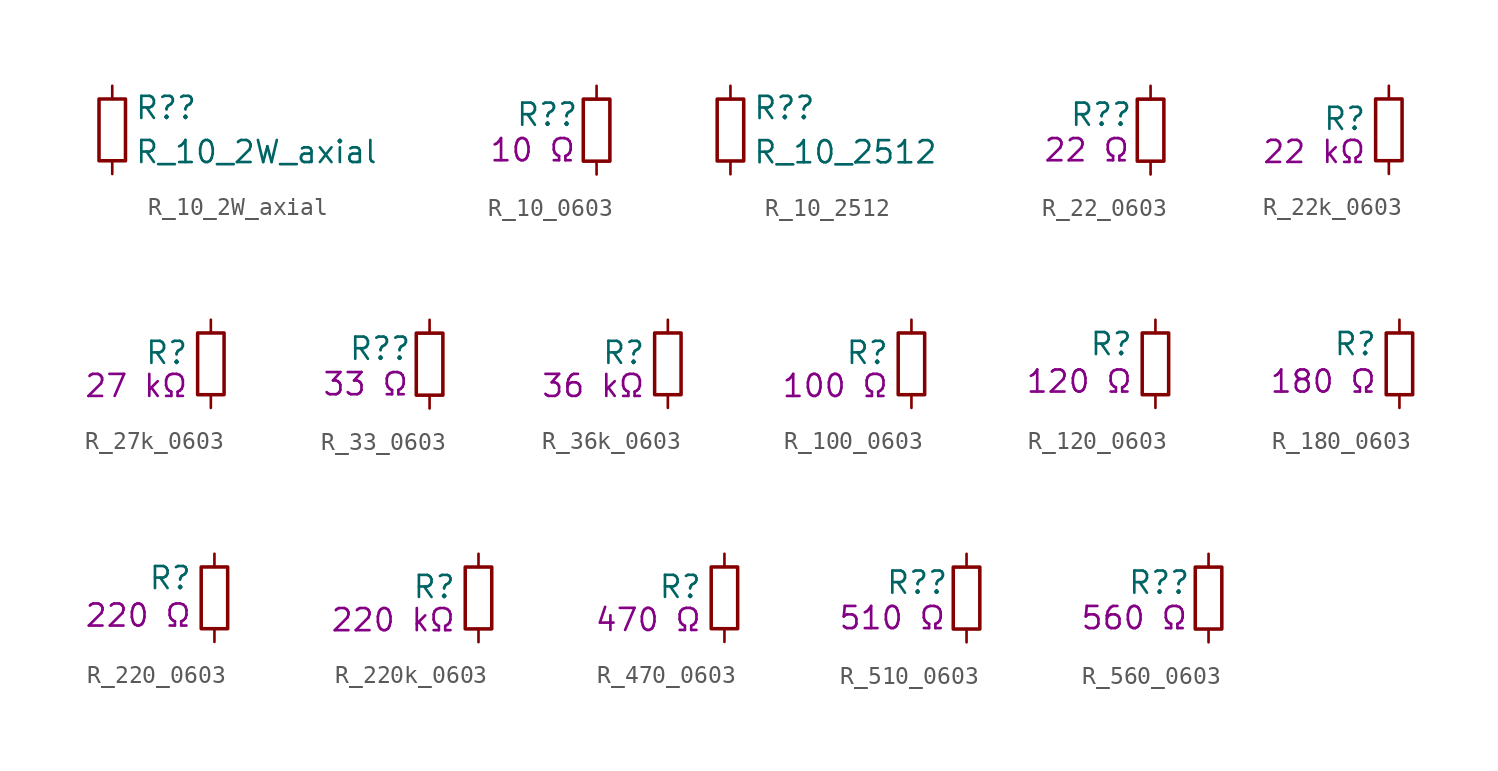
<source format=kicad_sym>
(kicad_symbol_lib
  (version 20220914)
  (generator kicad_symbol_editor)
  (symbol "R_10_2W_axial"
    (pin_numbers hide)
    (pin_names
      (offset 0.254) hide)
    (property "Reference" "R?"
      (at 1.27 1.27 0)
      (effects (font (size 1.27 1.27)) (justify left)))
    (property "Value" "R_10_2W_axial"
      (at 1.27 -1.27 0)
      (effects (font (size 1.27 1.27)) (justify left)))
    (symbol "R_10_2W_axial_0_1"
      (rectangle (start -0.762 1.778) (end 0.762 -1.778) (stroke (width 0.203) (type default)) (fill (type none))))
    (symbol "R_10_2W_axial_1_1"
      (pin passive line (at 0 2.54 270) (length 0.762) (name "~" (effects (font (size 1.27 1.27)))) (number "1" (effects (font (size 1.27 1.27)))))
      (pin passive line (at 0 -2.54 90) (length 0.762) (name "~" (effects (font (size 1.27 1.27)))) (number "2" (effects (font (size 1.27 1.27)))))))
  (symbol "R_10_0603"
    (pin_numbers hide)
    (pin_names
      (offset 0.254) hide)
    (property "Reference" "R?"
      (at -1.016 0.889 0)
      (effects (font (size 1.27 1.27)) (justify right)))
    (property "Display" "10 Ω"
      (at -1.143 -1.143 0)
      (effects (font (size 1.27 1.27)) (justify right)))
    (symbol "R_10_0603_0_1"
      (rectangle (start -0.762 1.778) (end 0.762 -1.778) (stroke (width 0.203) (type default)) (fill (type none))))
    (symbol "R_10_0603_1_1"
      (pin passive line (at 0 2.54 270) (length 0.762) (name "~" (effects (font (size 1.27 1.27)))) (number "1" (effects (font (size 1.27 1.27)))))
      (pin passive line (at 0 -2.54 90) (length 0.762) (name "~" (effects (font (size 1.27 1.27)))) (number "2" (effects (font (size 1.27 1.27)))))))
  (symbol "R_10_2512"
    (pin_numbers hide)
    (pin_names
      (offset 0.254) hide)
    (property "Reference" "R?"
      (at 1.27 1.27 0)
      (effects (font (size 1.27 1.27)) (justify left)))
    (property "Value" "R_10_2512"
      (at 1.27 -1.27 0)
      (effects (font (size 1.27 1.27)) (justify left)))
    (symbol "R_10_2512_0_1"
      (rectangle (start -0.762 1.778) (end 0.762 -1.778) (stroke (width 0.203) (type default)) (fill (type none))))
    (symbol "R_10_2512_1_1"
      (pin passive line (at 0 2.54 270) (length 0.762) (name "~" (effects (font (size 1.27 1.27)))) (number "1" (effects (font (size 1.27 1.27)))))
      (pin passive line (at 0 -2.54 90) (length 0.762) (name "~" (effects (font (size 1.27 1.27)))) (number "2" (effects (font (size 1.27 1.27)))))))
  (symbol "R_22_0603"
    (pin_numbers hide)
    (pin_names
      (offset 0.254) hide)
    (property "Reference" "R?"
      (at -1.016 0.889 0)
      (effects (font (size 1.27 1.27)) (justify right)))
    (property "Display" "22 Ω"
      (at -1.143 -1.143 0)
      (effects (font (size 1.27 1.27)) (justify right)))
    (symbol "R_22_0603_0_1"
      (rectangle (start -0.762 1.778) (end 0.762 -1.778) (stroke (width 0.203) (type default)) (fill (type none))))
    (symbol "R_22_0603_1_1"
      (pin passive line (at 0 2.54 270) (length 0.762) (name "~" (effects (font (size 1.27 1.27)))) (number "1" (effects (font (size 1.27 1.27)))))
      (pin passive line (at 0 -2.54 90) (length 0.762) (name "~" (effects (font (size 1.27 1.27)))) (number "2" (effects (font (size 1.27 1.27)))))))
  (symbol "R_22k_0603"
    (pin_numbers hide)
    (pin_names
      (offset 0.254) hide)
    (property "Reference" "R"
      (at -1.27 0.635 0)
      (effects (font (size 1.27 1.27)) (justify right)))
    (property "Display" "22 kΩ"
      (at -1.27 -1.27 0)
      (effects (font (size 1.27 1.27)) (justify right)))
    (symbol "R_22k_0603_0_1"
      (rectangle (start -0.762 1.778) (end 0.762 -1.778) (stroke (width 0.203) (type default)) (fill (type none))))
    (symbol "R_22k_0603_1_1"
      (pin passive line (at 0 2.54 270) (length 0.762) (name "~" (effects (font (size 1.27 1.27)))) (number "1" (effects (font (size 1.27 1.27)))))
      (pin passive line (at 0 -2.54 90) (length 0.762) (name "~" (effects (font (size 1.27 1.27)))) (number "2" (effects (font (size 1.27 1.27)))))))
  (symbol "R_27k_0603"
    (pin_numbers hide)
    (pin_names
      (offset 0.254) hide)
    (property "Reference" "R"
      (at -1.27 0.635 0)
      (effects (font (size 1.27 1.27)) (justify right)))
    (property "Display" "27 kΩ"
      (at -1.27 -1.27 0)
      (effects (font (size 1.27 1.27)) (justify right)))
    (symbol "R_27k_0603_0_1"
      (rectangle (start -0.762 1.778) (end 0.762 -1.778) (stroke (width 0.203) (type default)) (fill (type none))))
    (symbol "R_27k_0603_1_1"
      (pin passive line (at 0 2.54 270) (length 0.762) (name "~" (effects (font (size 1.27 1.27)))) (number "1" (effects (font (size 1.27 1.27)))))
      (pin passive line (at 0 -2.54 90) (length 0.762) (name "~" (effects (font (size 1.27 1.27)))) (number "2" (effects (font (size 1.27 1.27)))))))
  (symbol "R_33_0603"
    (pin_numbers hide)
    (pin_names
      (offset 0.254) hide)
    (property "Reference" "R?"
      (at -1.016 0.889 0)
      (effects (font (size 1.27 1.27)) (justify right)))
    (property "Display" "33 Ω"
      (at -1.143 -1.143 0)
      (effects (font (size 1.27 1.27)) (justify right)))
    (symbol "R_33_0603_0_1"
      (rectangle (start -0.762 1.778) (end 0.762 -1.778) (stroke (width 0.203) (type default)) (fill (type none))))
    (symbol "R_33_0603_1_1"
      (pin passive line (at 0 2.54 270) (length 0.762) (name "~" (effects (font (size 1.27 1.27)))) (number "1" (effects (font (size 1.27 1.27)))))
      (pin passive line (at 0 -2.54 90) (length 0.762) (name "~" (effects (font (size 1.27 1.27)))) (number "2" (effects (font (size 1.27 1.27)))))))
  (symbol "R_36k_0603"
    (pin_numbers hide)
    (pin_names
      (offset 0.254) hide)
    (property "Reference" "R"
      (at -1.27 0.635 0)
      (effects (font (size 1.27 1.27)) (justify right)))
    (property "Display" "36 kΩ"
      (at -1.27 -1.27 0)
      (effects (font (size 1.27 1.27)) (justify right)))
    (symbol "R_36k_0603_0_1"
      (rectangle (start -0.762 1.778) (end 0.762 -1.778) (stroke (width 0.203) (type default)) (fill (type none))))
    (symbol "R_36k_0603_1_1"
      (pin passive line (at 0 2.54 270) (length 0.762) (name "~" (effects (font (size 1.27 1.27)))) (number "1" (effects (font (size 1.27 1.27)))))
      (pin passive line (at 0 -2.54 90) (length 0.762) (name "~" (effects (font (size 1.27 1.27)))) (number "2" (effects (font (size 1.27 1.27)))))))
  (symbol "R_100_0603"
    (pin_numbers hide)
    (pin_names
      (offset 0.254) hide)
    (property "Reference" "R"
      (at -1.27 0.635 0)
      (effects (font (size 1.27 1.27)) (justify right)))
    (property "Display" "100 Ω"
      (at -1.27 -1.27 0)
      (effects (font (size 1.27 1.27)) (justify right)))
    (symbol "R_100_0603_0_1"
      (rectangle (start -0.762 1.778) (end 0.762 -1.778) (stroke (width 0.203) (type default)) (fill (type none))))
    (symbol "R_100_0603_1_1"
      (pin passive line (at 0 2.54 270) (length 0.762) (name "~" (effects (font (size 1.27 1.27)))) (number "1" (effects (font (size 1.27 1.27)))))
      (pin passive line (at 0 -2.54 90) (length 0.762) (name "~" (effects (font (size 1.27 1.27)))) (number "2" (effects (font (size 1.27 1.27)))))))
  (symbol "R_120_0603"
    (pin_numbers hide)
    (pin_names
      (offset 0.254) hide)
    (property "Reference" "R"
      (at -1.27 1.143 0)
      (effects (font (size 1.27 1.27)) (justify right)))
    (property "Display" "120 Ω"
      (at -1.27 -1.016 0)
      (effects (font (size 1.27 1.27)) (justify right)))
    (symbol "R_120_0603_0_1"
      (rectangle (start -0.762 1.778) (end 0.762 -1.778) (stroke (width 0.203) (type default)) (fill (type none))))
    (symbol "R_120_0603_1_1"
      (pin passive line (at 0 2.54 270) (length 0.762) (name "~" (effects (font (size 1.27 1.27)))) (number "1" (effects (font (size 1.27 1.27)))))
      (pin passive line (at 0 -2.54 90) (length 0.762) (name "~" (effects (font (size 1.27 1.27)))) (number "2" (effects (font (size 1.27 1.27)))))))
  (symbol "R_180_0603"
    (pin_numbers hide)
    (pin_names
      (offset 0.254) hide)
    (property "Reference" "R"
      (at -1.27 1.143 0)
      (effects (font (size 1.27 1.27)) (justify right)))
    (property "Display" "180 Ω"
      (at -1.27 -1.016 0)
      (effects (font (size 1.27 1.27)) (justify right)))
    (symbol "R_180_0603_0_1"
      (rectangle (start -0.762 1.778) (end 0.762 -1.778) (stroke (width 0.203) (type default)) (fill (type none))))
    (symbol "R_180_0603_1_1"
      (pin passive line (at 0 2.54 270) (length 0.762) (name "~" (effects (font (size 1.27 1.27)))) (number "1" (effects (font (size 1.27 1.27)))))
      (pin passive line (at 0 -2.54 90) (length 0.762) (name "~" (effects (font (size 1.27 1.27)))) (number "2" (effects (font (size 1.27 1.27)))))))
  (symbol "R_220_0603"
    (pin_numbers hide)
    (pin_names
      (offset 0.254) hide)
    (property "Reference" "R"
      (at -1.27 1.143 0)
      (effects (font (size 1.27 1.27)) (justify right)))
    (property "Display" "220 Ω"
      (at -1.27 -1.016 0)
      (effects (font (size 1.27 1.27)) (justify right)))
    (symbol "R_220_0603_0_1"
      (rectangle (start -0.762 1.778) (end 0.762 -1.778) (stroke (width 0.203) (type default)) (fill (type none))))
    (symbol "R_220_0603_1_1"
      (pin passive line (at 0 2.54 270) (length 0.762) (name "~" (effects (font (size 1.27 1.27)))) (number "1" (effects (font (size 1.27 1.27)))))
      (pin passive line (at 0 -2.54 90) (length 0.762) (name "~" (effects (font (size 1.27 1.27)))) (number "2" (effects (font (size 1.27 1.27)))))))
  (symbol "R_220k_0603"
    (pin_numbers hide)
    (pin_names
      (offset 0.254) hide)
    (property "Reference" "R"
      (at -1.27 0.635 0)
      (effects (font (size 1.27 1.27)) (justify right)))
    (property "Display" "220 kΩ"
      (at -1.27 -1.27 0)
      (effects (font (size 1.27 1.27)) (justify right)))
    (symbol "R_220k_0603_0_1"
      (rectangle (start -0.762 1.778) (end 0.762 -1.778) (stroke (width 0.203) (type default)) (fill (type none))))
    (symbol "R_220k_0603_1_1"
      (pin passive line (at 0 2.54 270) (length 0.762) (name "~" (effects (font (size 1.27 1.27)))) (number "1" (effects (font (size 1.27 1.27)))))
      (pin passive line (at 0 -2.54 90) (length 0.762) (name "~" (effects (font (size 1.27 1.27)))) (number "2" (effects (font (size 1.27 1.27)))))))
  (symbol "R_470_0603"
    (pin_numbers hide)
    (pin_names
      (offset 0.254) hide)
    (property "Reference" "R"
      (at -1.27 0.635 0)
      (effects (font (size 1.27 1.27)) (justify right)))
    (property "Display" "470 Ω"
      (at -1.27 -1.27 0)
      (effects (font (size 1.27 1.27)) (justify right)))
    (symbol "R_470_0603_0_1"
      (rectangle (start -0.762 1.778) (end 0.762 -1.778) (stroke (width 0.203) (type default)) (fill (type none))))
    (symbol "R_470_0603_1_1"
      (pin passive line (at 0 2.54 270) (length 0.762) (name "~" (effects (font (size 1.27 1.27)))) (number "1" (effects (font (size 1.27 1.27)))))
      (pin passive line (at 0 -2.54 90) (length 0.762) (name "~" (effects (font (size 1.27 1.27)))) (number "2" (effects (font (size 1.27 1.27)))))))
  (symbol "R_510_0603"
    (pin_numbers hide)
    (pin_names
      (offset 0.254) hide)
    (property "Reference" "R?"
      (at -1.016 0.889 0)
      (effects (font (size 1.27 1.27)) (justify right)))
    (property "Display" "510 Ω"
      (at -1.143 -1.143 0)
      (effects (font (size 1.27 1.27)) (justify right)))
    (symbol "R_510_0603_0_1"
      (rectangle (start -0.762 1.778) (end 0.762 -1.778) (stroke (width 0.203) (type default)) (fill (type none))))
    (symbol "R_510_0603_1_1"
      (pin passive line (at 0 2.54 270) (length 0.762) (name "~" (effects (font (size 1.27 1.27)))) (number "1" (effects (font (size 1.27 1.27)))))
      (pin passive line (at 0 -2.54 90) (length 0.762) (name "~" (effects (font (size 1.27 1.27)))) (number "2" (effects (font (size 1.27 1.27)))))))
  (symbol "R_560_0603"
    (pin_numbers hide)
    (pin_names
      (offset 0.254) hide)
    (property "Reference" "R?"
      (at -1.016 0.889 0)
      (effects (font (size 1.27 1.27)) (justify right)))
    (property "Display" "560 Ω"
      (at -1.143 -1.143 0)
      (effects (font (size 1.27 1.27)) (justify right)))
    (symbol "R_560_0603_0_1"
      (rectangle (start -0.762 1.778) (end 0.762 -1.778) (stroke (width 0.203) (type default)) (fill (type none))))
    (symbol "R_560_0603_1_1"
      (pin passive line (at 0 2.54 270) (length 0.762) (name "~" (effects (font (size 1.27 1.27)))) (number "1" (effects (font (size 1.27 1.27)))))
      (pin passive line (at 0 -2.54 90) (length 0.762) (name "~" (effects (font (size 1.27 1.27)))) (number "2" (effects (font (size 1.27 1.27))))))))
</source>
